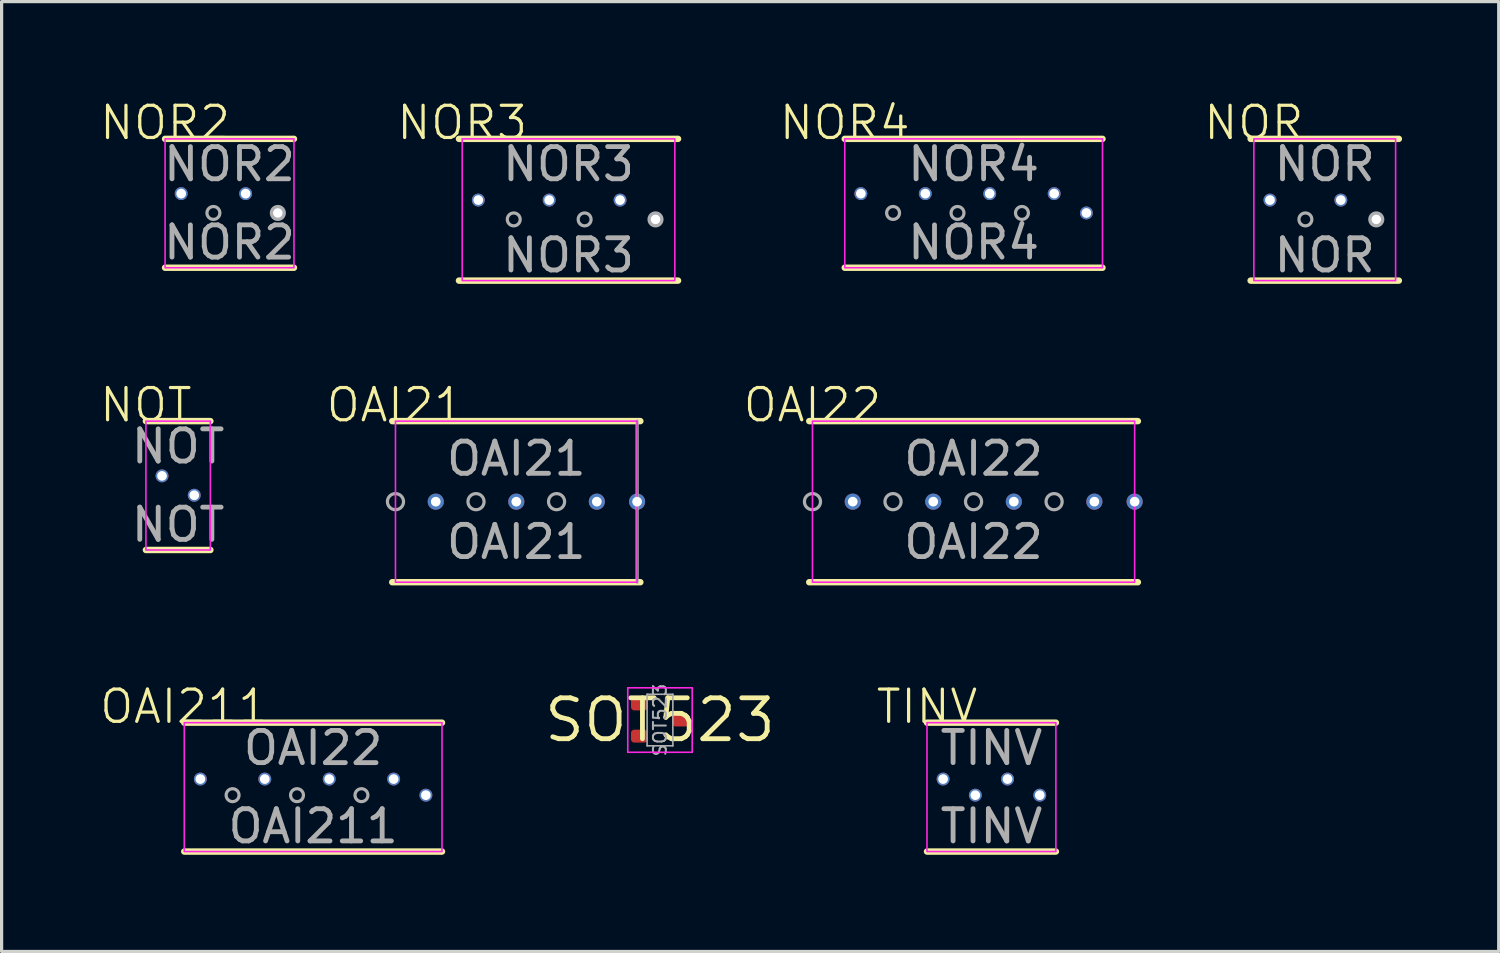
<source format=kicad_pcb>
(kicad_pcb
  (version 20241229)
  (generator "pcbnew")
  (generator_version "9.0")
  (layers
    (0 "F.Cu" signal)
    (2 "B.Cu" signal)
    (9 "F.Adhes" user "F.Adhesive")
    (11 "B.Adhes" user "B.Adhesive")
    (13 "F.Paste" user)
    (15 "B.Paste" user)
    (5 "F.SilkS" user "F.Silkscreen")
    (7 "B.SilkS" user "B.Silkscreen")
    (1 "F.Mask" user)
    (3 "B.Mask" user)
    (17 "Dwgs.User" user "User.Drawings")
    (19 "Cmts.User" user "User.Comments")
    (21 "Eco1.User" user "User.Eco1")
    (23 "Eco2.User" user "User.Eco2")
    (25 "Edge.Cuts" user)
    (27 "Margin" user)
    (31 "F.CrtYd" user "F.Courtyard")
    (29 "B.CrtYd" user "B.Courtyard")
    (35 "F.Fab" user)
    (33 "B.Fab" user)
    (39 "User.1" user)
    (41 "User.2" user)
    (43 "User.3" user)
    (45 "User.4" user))
  (footprint "NOR2"
    (layer "F.Cu")
    (at 2.074 1.26)
    (property "Reference" "NOR2" (at 0 -0.5 0) (unlocked yes) (layer "F.SilkS") (effects (font (size 1 1) (thickness 0.1))))
    (attr smd)
    (fp_line (start 0 0) (end 4 0) (stroke (width 0.2) (type default)) (layer "F.SilkS"))
    (fp_line (start 0 4) (end 4 4) (stroke (width 0.2) (type default)) (layer "F.SilkS"))
    (fp_rect (start 0 0) (end 4 4) (stroke (width 0.05) (type default)) (fill no) (layer "F.CrtYd"))
    (fp_circle (center 1.5 2.3) (end 1.7 2.3) (stroke (width 0.1) (type default)) (fill no) (layer "F.Fab"))
    (fp_circle (center 3.5 2.3) (end 3.7 2.3) (stroke (width 0.1) (type solid)) (fill no) (layer "F.Fab"))
    (fp_text user "${REFERENCE}" (at 2 3.8 0) (unlocked yes) (layer "F.Fab") (effects (font (size 1 1) (thickness 0.15)) (justify bottom)))
    (fp_text user "NOR2" (at 2 0.2 0) (unlocked yes) (layer "F.Fab") (effects (font (size 1 1) (thickness 0.15)) (justify top)))
    (pad "A1" thru_hole circle (at 0.5 1.7) (size 0.4 0.4) (drill 0.3) (layers "*.Cu" "*.Mask"))
    (pad "A2" thru_hole circle (at 2.5 1.7) (size 0.4 0.4) (drill 0.3) (layers "*.Cu" "*.Mask"))
    (pad "Y" thru_hole circle (at 3.5 2.3) (size 0.4 0.4) (drill 0.3) (layers "*.Cu" "*.Mask")))
  (footprint "OAI21"
    (layer "F.Cu")
    (at 9.225 10.021)
    (property "Reference" "OAI21" (at 0 -0.5 0) (unlocked yes) (layer "F.SilkS") (effects (font (size 1 1) (thickness 0.1))))
    (attr smd)
    (fp_line (start -0.1 0) (end 7.6 0) (stroke (width 0.2) (type solid)) (layer "F.SilkS"))
    (fp_line (start -0.1 5) (end 7.6 5) (stroke (width 0.2) (type solid)) (layer "F.SilkS"))
    (fp_rect (start 0 0) (end 7.5 5) (stroke (width 0.05) (type solid)) (fill no) (layer "F.CrtYd"))
    (fp_line (start 7.5 0) (end 7.5 5) (stroke (width 0.1) (type solid)) (layer "F.Fab"))
    (fp_circle (center 0 2.5) (end 0.25 2.5) (stroke (width 0.1) (type default)) (fill no) (layer "F.Fab"))
    (fp_circle (center 2.5 2.5) (end 2.75 2.5) (stroke (width 0.1) (type solid)) (fill no) (layer "F.Fab"))
    (fp_circle (center 5 2.5) (end 5.25 2.5) (stroke (width 0.1) (type solid)) (fill no) (layer "F.Fab"))
    (fp_text user "OAI21" (at 3.75 1.75 0) (unlocked yes) (layer "F.Fab") (effects (font (size 1 1) (thickness 0.15)) (justify bottom)))
    (fp_text user "${REFERENCE}" (at 3.75 3.75 0) (unlocked yes) (layer "F.Fab") (effects (font (size 1 1) (thickness 0.15))))
    (pad "A" thru_hole circle (at 1.25 2.5) (size 0.5 0.5) (drill 0.3) (layers "*.Cu" "*.Mask"))
    (pad "B1" thru_hole circle (at 3.75 2.5) (size 0.5 0.5) (drill 0.3) (layers "*.Cu" "*.Mask"))
    (pad "B2" thru_hole circle (at 6.25 2.5) (size 0.5 0.5) (drill 0.3) (layers "*.Cu" "*.Mask"))
    (pad "Y" thru_hole circle (at 7.5 2.5) (size 0.5 0.5) (drill 0.3) (layers "*.Cu" "*.Mask")))
  (footprint "NOT"
    (layer "F.Cu")
    (at 1.479 10.021)
    (property "Reference" "NOT" (at 0 -0.5 0) (unlocked yes) (layer "F.SilkS") (effects (font (size 1 1) (thickness 0.1))))
    (attr smd)
    (fp_line (start 0 0) (end 2 0) (stroke (width 0.2) (type default)) (layer "F.SilkS"))
    (fp_line (start 0 4) (end 2 4) (stroke (width 0.2) (type default)) (layer "F.SilkS"))
    (fp_rect (start 0 0) (end 2 4) (stroke (width 0.05) (type default)) (fill no) (layer "F.CrtYd"))
    (fp_text user "NOT" (at 1 0.2 0) (unlocked yes) (layer "F.Fab") (effects (font (size 1 1) (thickness 0.15)) (justify top)))
    (fp_text user "${REFERENCE}" (at 1 3.8 0) (unlocked yes) (layer "F.Fab") (effects (font (size 1 1) (thickness 0.15)) (justify bottom)))
    (pad "A" thru_hole circle (at 0.5 1.7) (size 0.4 0.4) (drill 0.3) (layers "*.Cu" "*.Mask"))
    (pad "Y" thru_hole circle (at 1.5 2.3) (size 0.4 0.4) (drill 0.3) (layers "*.Cu" "*.Mask")))
  (footprint "NOR"
    (layer "F.Cu")
    (at 35.868 1.26)
    (property "Reference" "NOR" (at 0 -0.5 0) (unlocked yes) (layer "F.SilkS") (effects (font (size 1 1) (thickness 0.1))))
    (attr smd)
    (fp_line (start -0.1 0) (end 4.5 0) (stroke (width 0.2) (type default)) (layer "F.SilkS"))
    (fp_line (start -0.1 4.4) (end 4.5 4.4) (stroke (width 0.2) (type default)) (layer "F.SilkS"))
    (fp_rect (start 0 0) (end 4.4 4.4) (stroke (width 0.05) (type default)) (fill no) (layer "F.CrtYd"))
    (fp_circle (center 1.6 2.5) (end 1.8 2.5) (stroke (width 0.1) (type default)) (fill no) (layer "F.Fab"))
    (fp_circle (center 3.8 2.5) (end 4 2.5) (stroke (width 0.1) (type solid)) (fill no) (layer "F.Fab"))
    (fp_text user "NOR" (at 2.2 0.2 0) (unlocked yes) (layer "F.Fab") (effects (font (size 1 1) (thickness 0.15)) (justify top)))
    (fp_text user "${REFERENCE}" (at 2.2 4.2 0) (unlocked yes) (layer "F.Fab") (effects (font (size 1 1) (thickness 0.15)) (justify bottom)))
    (pad "A" thru_hole circle (at 0.5 1.9) (size 0.4 0.4) (drill 0.3) (layers "*.Cu" "*.Mask"))
    (pad "B" thru_hole circle (at 2.7 1.9) (size 0.4 0.4) (drill 0.3) (layers "*.Cu" "*.Mask"))
    (pad "Y" thru_hole circle (at 3.8 2.5) (size 0.4 0.4) (drill 0.3) (layers "*.Cu" "*.Mask")))
  (footprint "SOT523"
    (layer "F.Cu")
    (at 17.435 19.299)
    (property "Reference" "SOT523" (at 0 0 0) (layer "F.SilkS") (effects (font (size 1.27 1.27) (thickness 0.15))))
    (attr smd)
    (fp_line (start -1 -1) (end -1 1) (stroke (width 0.05) (type solid)) (layer "F.CrtYd"))
    (fp_line (start -1 -1) (end 1 -1) (stroke (width 0.05) (type solid)) (layer "F.CrtYd"))
    (fp_line (start 1 1) (end -1 1) (stroke (width 0.05) (type solid)) (layer "F.CrtYd"))
    (fp_line (start 1 1) (end 1 -1) (stroke (width 0.05) (type solid)) (layer "F.CrtYd"))
    (fp_line (start -0.4 -0.8) (end -0.4 0.8) (stroke (width 0.05) (type solid)) (layer "F.Fab"))
    (fp_line (start -0.4 0.8) (end 0.4 0.8) (stroke (width 0.05) (type solid)) (layer "F.Fab"))
    (fp_line (start 0.4 -0.8) (end -0.4 -0.8) (stroke (width 0.05) (type solid)) (layer "F.Fab"))
    (fp_line (start 0.4 0.8) (end 0.4 -0.8) (stroke (width 0.05) (type solid)) (layer "F.Fab"))
    (fp_text user "${REFERENCE}" (at 0 0 270) (layer "F.Fab") (effects (font (size 0.4 0.4) (thickness 0.062))))
    (pad "1" smd roundrect (at -0.645 -0.5 180) (size 0.51 0.4) (layers "F.Cu" "F.Mask" "F.Paste") (roundrect_rratio 0.25))
    (pad "2" smd roundrect (at -0.645 0.5 180) (size 0.51 0.4) (layers "F.Cu" "F.Mask" "F.Paste") (roundrect_rratio 0.25))
    (pad "3" smd roundrect (at 0.645 0 180) (size 0.51 0.4) (layers "F.Cu" "F.Mask" "F.Paste") (roundrect_rratio 0.25)))
  (footprint "OAI22"
    (layer "F.Cu")
    (at 22.168 10.021)
    (property "Reference" "OAI22" (at 0 -0.5 0) (unlocked yes) (layer "F.SilkS") (effects (font (size 1 1) (thickness 0.1))))
    (attr smd)
    (fp_line (start -0.1 0) (end 10.1 0) (stroke (width 0.2) (type default)) (layer "F.SilkS"))
    (fp_line (start -0.1 5) (end 10.1 5) (stroke (width 0.2) (type default)) (layer "F.SilkS"))
    (fp_rect (start 0 0) (end 10 5) (stroke (width 0.05) (type default)) (fill no) (layer "F.CrtYd"))
    (fp_circle (center 0 2.5) (end 0.25 2.5) (stroke (width 0.1) (type default)) (fill no) (layer "F.Fab"))
    (fp_circle (center 2.5 2.5) (end 2.75 2.5) (stroke (width 0.1) (type default)) (fill no) (layer "F.Fab"))
    (fp_circle (center 5 2.5) (end 5.25 2.5) (stroke (width 0.1) (type default)) (fill no) (layer "F.Fab"))
    (fp_circle (center 7.5 2.5) (end 7.75 2.5) (stroke (width 0.1) (type solid)) (fill no) (layer "F.Fab"))
    (fp_text user "${REFERENCE}" (at 5 3.75 0) (unlocked yes) (layer "F.Fab") (effects (font (size 1 1) (thickness 0.15))))
    (fp_text user "OAI22" (at 5 1.75 0) (unlocked yes) (layer "F.Fab") (effects (font (size 1 1) (thickness 0.15)) (justify bottom)))
    (pad "A1" thru_hole circle (at 1.25 2.5) (size 0.5 0.5) (drill 0.3) (layers "*.Cu" "*.Mask"))
    (pad "A2" thru_hole circle (at 3.75 2.5) (size 0.5 0.5) (drill 0.3) (layers "*.Cu" "*.Mask"))
    (pad "B1" thru_hole circle (at 6.25 2.5) (size 0.5 0.5) (drill 0.3) (layers "*.Cu" "*.Mask"))
    (pad "B2" thru_hole circle (at 8.75 2.5) (size 0.5 0.5) (drill 0.3) (layers "*.Cu" "*.Mask"))
    (pad "Y" thru_hole circle (at 10 2.5) (size 0.5 0.5) (drill 0.3) (layers "*.Cu" "*.Mask")))
  (footprint "NOR3"
    (layer "F.Cu")
    (at 11.296 1.26)
    (property "Reference" "NOR3" (at 0 -0.5 0) (unlocked yes) (layer "F.SilkS") (effects (font (size 1 1) (thickness 0.1))))
    (attr smd)
    (fp_line (start -0.1 0) (end 6.7 0) (stroke (width 0.2) (type solid)) (layer "F.SilkS"))
    (fp_line (start -0.1 4.4) (end 6.7 4.4) (stroke (width 0.2) (type solid)) (layer "F.SilkS"))
    (fp_rect (start 0 0) (end 6.6 4.4) (stroke (width 0.05) (type solid)) (fill no) (layer "F.CrtYd"))
    (fp_circle (center 1.6 2.5) (end 1.8 2.5) (stroke (width 0.1) (type default)) (fill no) (layer "F.Fab"))
    (fp_circle (center 3.8 2.5) (end 4 2.5) (stroke (width 0.1) (type solid)) (fill no) (layer "F.Fab"))
    (fp_circle (center 6 2.5) (end 6.2 2.5) (stroke (width 0.1) (type solid)) (fill no) (layer "F.Fab"))
    (fp_text user "NOR3" (at 3.3 0.2 0) (unlocked yes) (layer "F.Fab") (effects (font (size 1 1) (thickness 0.15)) (justify top)))
    (fp_text user "${REFERENCE}" (at 3.3 4.2 0) (unlocked yes) (layer "F.Fab") (effects (font (size 1 1) (thickness 0.15)) (justify bottom)))
    (pad "A" thru_hole circle (at 0.5 1.9) (size 0.4 0.4) (drill 0.3) (layers "*.Cu" "*.Mask"))
    (pad "B" thru_hole circle (at 2.7 1.9) (size 0.4 0.4) (drill 0.3) (layers "*.Cu" "*.Mask"))
    (pad "C" thru_hole circle (at 4.9 1.9) (size 0.4 0.4) (drill 0.3) (layers "*.Cu" "*.Mask"))
    (pad "Y" thru_hole circle (at 6 2.5) (size 0.4 0.4) (drill 0.3) (layers "*.Cu" "*.Mask")))
  (footprint "NOR4"
    (layer "F.Cu")
    (at 23.17 1.26)
    (property "Reference" "NOR4" (at 0 -0.5 0) (unlocked yes) (layer "F.SilkS") (effects (font (size 1 1) (thickness 0.1))))
    (attr smd)
    (fp_line (start 0 0) (end 8 0) (stroke (width 0.2) (type solid)) (layer "F.SilkS"))
    (fp_line (start 0 4) (end 8 4) (stroke (width 0.2) (type solid)) (layer "F.SilkS"))
    (fp_rect (start 0 0) (end 8 4) (stroke (width 0.05) (type solid)) (fill no) (layer "F.CrtYd"))
    (fp_circle (center 1.5 2.3) (end 1.7 2.3) (stroke (width 0.1) (type default)) (fill no) (layer "F.Fab"))
    (fp_circle (center 3.5 2.3) (end 3.7 2.3) (stroke (width 0.1) (type solid)) (fill no) (layer "F.Fab"))
    (fp_circle (center 5.5 2.3) (end 5.7 2.3) (stroke (width 0.1) (type solid)) (fill no) (layer "F.Fab"))
    (fp_text user "${REFERENCE}" (at 4 3.8 0) (unlocked yes) (layer "F.Fab") (effects (font (size 1 1) (thickness 0.15)) (justify bottom)))
    (fp_text user "NOR4" (at 4 0.2 0) (unlocked yes) (layer "F.Fab") (effects (font (size 1 1) (thickness 0.15)) (justify top)))
    (pad "A1" thru_hole circle (at 0.5 1.7) (size 0.4 0.4) (drill 0.3) (layers "*.Cu" "*.Mask"))
    (pad "A2" thru_hole circle (at 2.5 1.7) (size 0.4 0.4) (drill 0.3) (layers "*.Cu" "*.Mask"))
    (pad "A3" thru_hole circle (at 4.5 1.7) (size 0.4 0.4) (drill 0.3) (layers "*.Cu" "*.Mask"))
    (pad "A4" thru_hole circle (at 6.5 1.7) (size 0.4 0.4) (drill 0.3) (layers "*.Cu" "*.Mask"))
    (pad "Y" thru_hole circle (at 7.5 2.3) (size 0.4 0.4) (drill 0.3) (layers "*.Cu" "*.Mask")))
  (footprint "OAI211"
    (layer "F.Cu")
    (at 2.669 19.381)
    (property "Reference" "OAI211" (at 0 -0.5 0) (unlocked yes) (layer "F.SilkS") (effects (font (size 1 1) (thickness 0.1))))
    (attr smd)
    (fp_line (start 0 0) (end 8 0) (stroke (width 0.2) (type solid)) (layer "F.SilkS"))
    (fp_line (start 0 4) (end 8 4) (stroke (width 0.2) (type solid)) (layer "F.SilkS"))
    (fp_rect (start 0 0) (end 8 4) (stroke (width 0.05) (type solid)) (fill no) (layer "F.CrtYd"))
    (fp_circle (center 1.5 2.25) (end 1.7 2.25) (stroke (width 0.1) (type solid)) (fill no) (layer "F.Fab"))
    (fp_circle (center 3.5 2.25) (end 3.7 2.25) (stroke (width 0.1) (type solid)) (fill no) (layer "F.Fab"))
    (fp_circle (center 5.5 2.25) (end 5.7 2.25) (stroke (width 0.1) (type solid)) (fill no) (layer "F.Fab"))
    (fp_text user "OAI22" (at 4 0.2 0) (unlocked yes) (layer "F.Fab") (effects (font (size 1 1) (thickness 0.15)) (justify top)))
    (fp_text user "${REFERENCE}" (at 4 3.8 0) (unlocked yes) (layer "F.Fab") (effects (font (size 1 1) (thickness 0.15)) (justify bottom)))
    (pad "A" thru_hole circle (at 0.5 1.75) (size 0.4 0.4) (drill 0.3) (layers "*.Cu" "*.Mask"))
    (pad "B" thru_hole circle (at 2.5 1.75) (size 0.4 0.4) (drill 0.3) (layers "*.Cu" "*.Mask"))
    (pad "C1" thru_hole circle (at 4.5 1.75) (size 0.4 0.4) (drill 0.3) (layers "*.Cu" "*.Mask"))
    (pad "C2" thru_hole circle (at 6.5 1.75) (size 0.4 0.4) (drill 0.3) (layers "*.Cu" "*.Mask"))
    (pad "Y" thru_hole circle (at 7.5 2.25) (size 0.4 0.4) (drill 0.3) (layers "*.Cu" "*.Mask")))
  (footprint "TINV"
    (layer "F.Cu")
    (at 25.723 19.381)
    (property "Reference" "TINV" (at 0 -0.5 0) (unlocked yes) (layer "F.SilkS") (effects (font (size 1 1) (thickness 0.1))))
    (attr smd)
    (fp_line (start 0 0) (end 4 0) (stroke (width 0.2) (type default)) (layer "F.SilkS"))
    (fp_line (start 0 4) (end 4 4) (stroke (width 0.2) (type default)) (layer "F.SilkS"))
    (fp_rect (start 0 0) (end 4 4) (stroke (width 0.05) (type default)) (fill no) (layer "F.CrtYd"))
    (fp_text user "${REFERENCE}" (at 2 3.8 0) (unlocked yes) (layer "F.Fab") (effects (font (size 1 1) (thickness 0.15)) (justify bottom)))
    (fp_text user "TINV" (at 2 0.2 0) (unlocked yes) (layer "F.Fab") (effects (font (size 1 1) (thickness 0.15)) (justify top)))
    (pad "A" thru_hole circle (at 0.5 1.75) (size 0.4 0.4) (drill 0.3) (layers "*.Cu" "*.Mask"))
    (pad "EN" thru_hole circle (at 1.5 2.25) (size 0.4 0.4) (drill 0.3) (layers "*.Cu" "*.Mask"))
    (pad "Y" thru_hole circle (at 3.5 2.25) (size 0.4 0.4) (drill 0.3) (layers "*.Cu" "*.Mask"))
    (pad "nEN" thru_hole circle (at 2.5 1.75) (size 0.4 0.4) (drill 0.3) (layers "*.Cu" "*.Mask")))
  (gr_rect
    (start -3 -3)
    (end 43.468 26.482)
    (stroke (width 0.1) (type default))
    (fill no)
    (layer "Edge.Cuts")))
</source>
